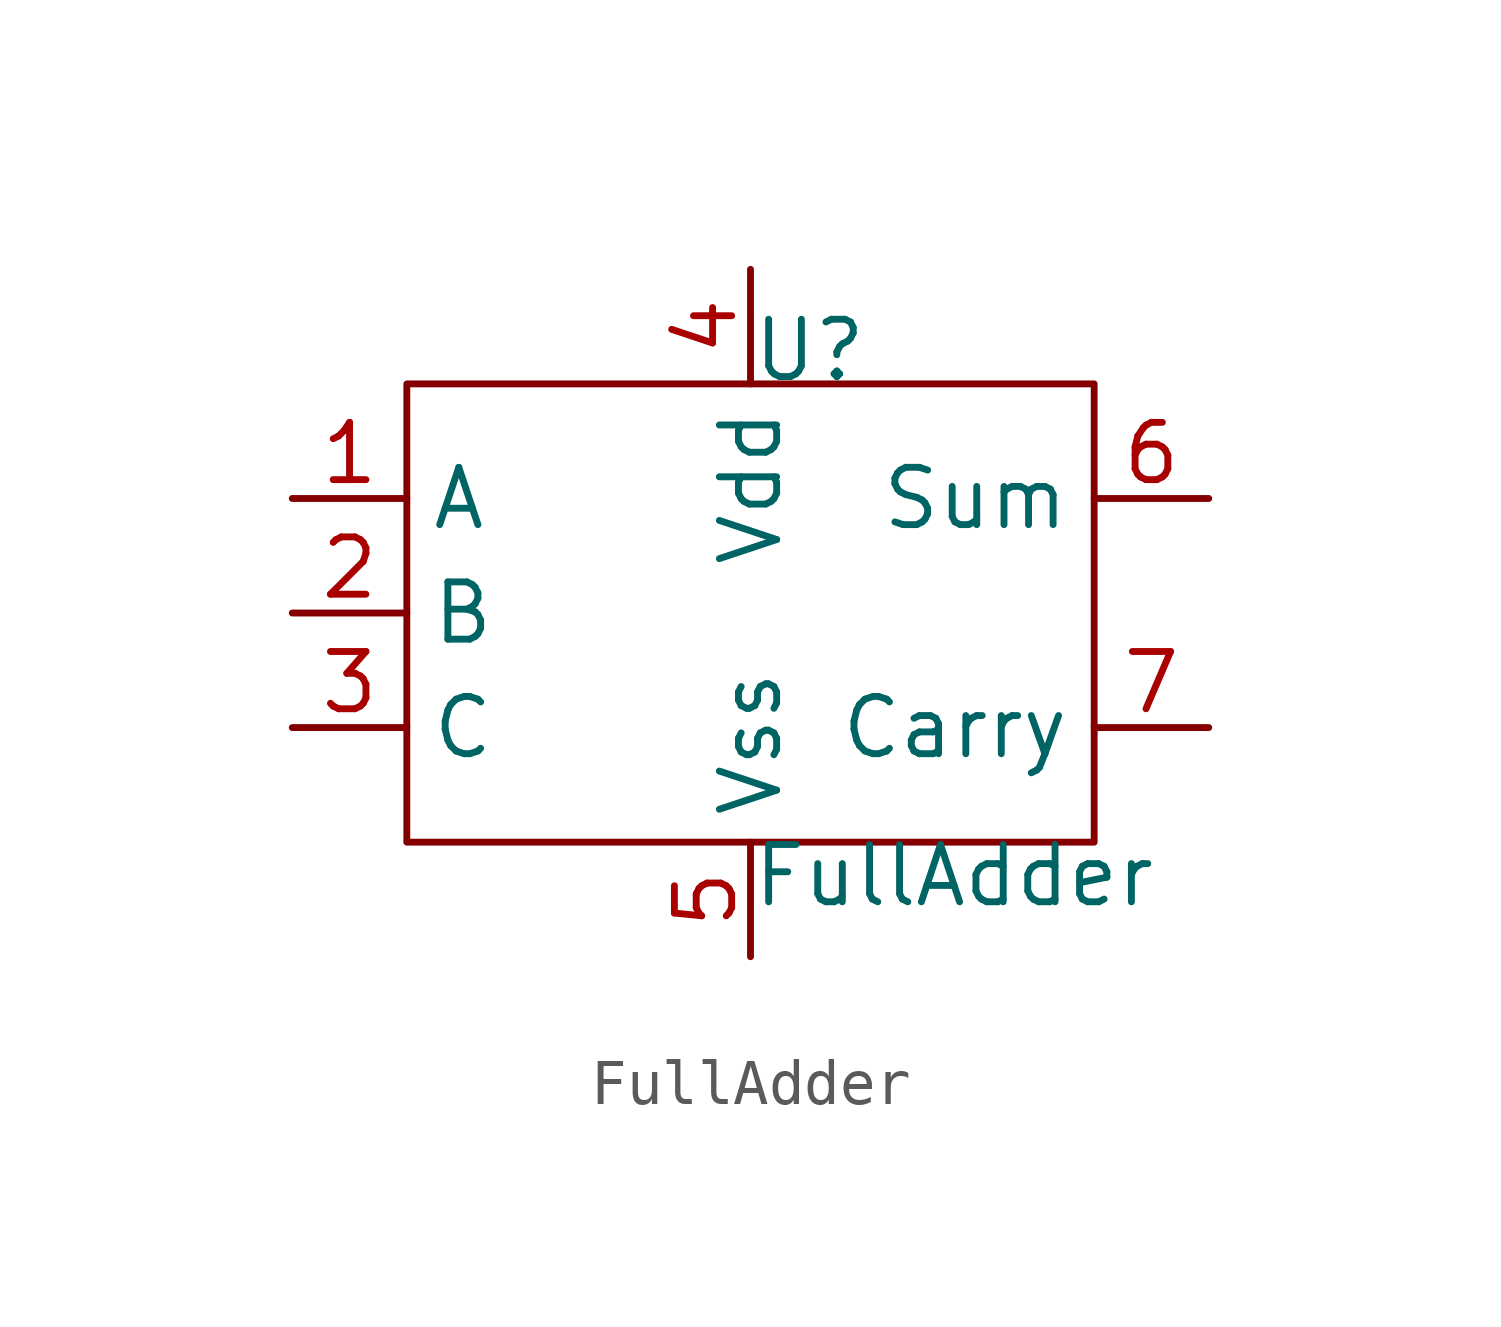
<source format=kicad_sym>
(kicad_symbol_lib
  (version 20211014)
  (generator kicad_symbol_editor)
  (symbol "FullAdder"
    (property "Reference" "U"
      (at 0 5.08 0)
      (effects (font (size 1.27 1.27)) (justify left bottom)))
    (property "Value" "FullAdder"
      (at 0 -5.08 0)
      (effects (font (size 1.27 1.27)) (justify left top)))
    (symbol "FullAdder_0_1"
      (rectangle (start -7.62 5.08) (end 7.62 -5.08) (stroke (width 0) (type default) (color 0 0 0 0)) (fill (type none))))
    (symbol "FullAdder_1_1"
      (pin input line (at -10.16 2.54 0) (length 2.54) (name "A" (effects (font (size 1.27 1.27)))) (number "1" (effects (font (size 1.27 1.27)))))
      (pin input line (at -10.16 0 0) (length 2.54) (name "B" (effects (font (size 1.27 1.27)))) (number "2" (effects (font (size 1.27 1.27)))))
      (pin input line (at -10.16 -2.54 0) (length 2.54) (name "C" (effects (font (size 1.27 1.27)))) (number "3" (effects (font (size 1.27 1.27)))))
      (pin power_in line (at 0 7.62 270) (length 2.54) (name "Vdd" (effects (font (size 1.27 1.27)))) (number "4" (effects (font (size 1.27 1.27)))))
      (pin power_in line (at 0 -7.62 90) (length 2.54) (name "Vss" (effects (font (size 1.27 1.27)))) (number "5" (effects (font (size 1.27 1.27)))))
      (pin output line (at 10.16 2.54 180) (length 2.54) (name "Sum" (effects (font (size 1.27 1.27)))) (number "6" (effects (font (size 1.27 1.27)))))
      (pin output line (at 10.16 -2.54 180) (length 2.54) (name "Carry" (effects (font (size 1.27 1.27)))) (number "7" (effects (font (size 1.27 1.27))))))))
</source>
